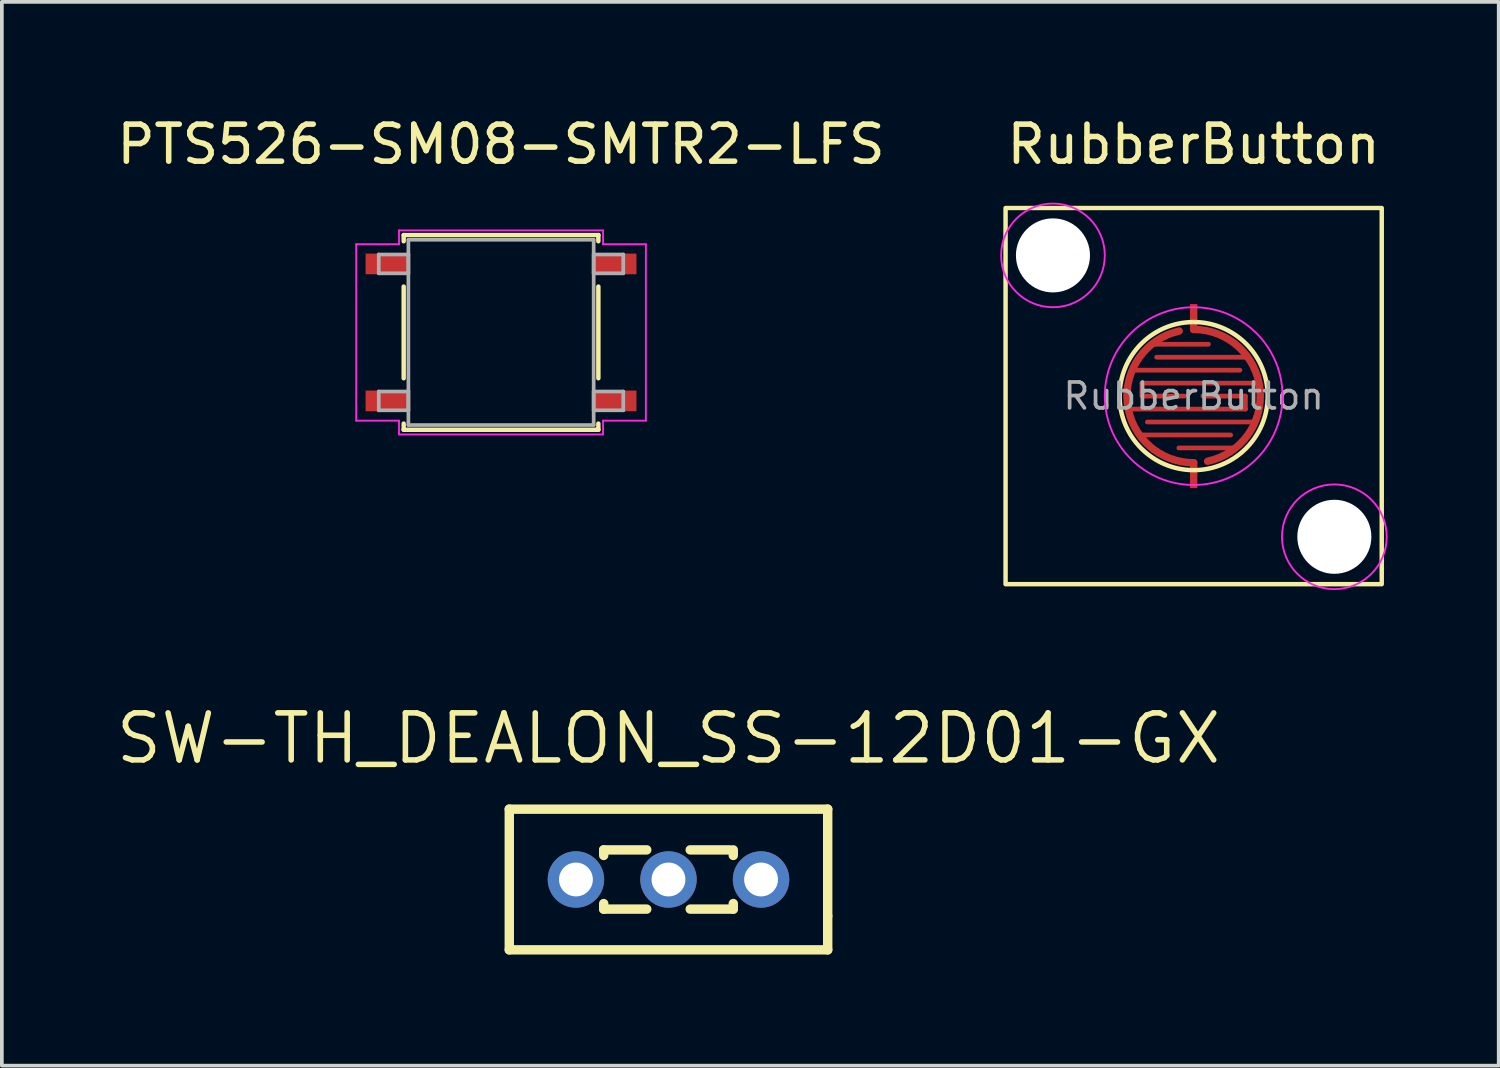
<source format=kicad_pcb>
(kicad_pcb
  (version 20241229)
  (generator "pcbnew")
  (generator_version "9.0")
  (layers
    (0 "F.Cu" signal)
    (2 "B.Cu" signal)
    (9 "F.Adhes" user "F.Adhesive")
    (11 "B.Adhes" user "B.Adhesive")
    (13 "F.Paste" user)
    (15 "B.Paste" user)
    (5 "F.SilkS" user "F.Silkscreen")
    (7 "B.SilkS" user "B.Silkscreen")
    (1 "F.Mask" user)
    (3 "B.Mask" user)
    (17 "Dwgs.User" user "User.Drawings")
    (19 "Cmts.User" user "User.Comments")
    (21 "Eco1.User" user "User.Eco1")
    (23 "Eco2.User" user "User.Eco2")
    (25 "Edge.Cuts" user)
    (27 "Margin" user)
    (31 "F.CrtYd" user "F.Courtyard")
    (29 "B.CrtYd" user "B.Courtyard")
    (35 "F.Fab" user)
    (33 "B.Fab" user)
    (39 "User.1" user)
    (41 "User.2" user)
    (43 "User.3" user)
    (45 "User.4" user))
  (footprint "PTS526-SM08-SMTR2-LFS"
    (layer "F.Cu")
    (at 10.482 5.928)
    (property "Reference" "PTS526-SM08-SMTR2-LFS" (at 0 -5.08 0) (layer "F.SilkS") (effects (font (size 1 1) (thickness 0.15))))
    (attr through_hole)
    (fp_line (start -2.629 -2.629) (end -2.629 -2.462) (stroke (width 0.12) (type solid)) (layer "F.SilkS"))
    (fp_line (start -2.629 -1.238) (end -2.629 1.238) (stroke (width 0.12) (type solid)) (layer "F.SilkS"))
    (fp_line (start -2.629 2.462) (end -2.629 2.629) (stroke (width 0.12) (type solid)) (layer "F.SilkS"))
    (fp_line (start -2.629 2.629) (end 2.629 2.629) (stroke (width 0.12) (type solid)) (layer "F.SilkS"))
    (fp_line (start 2.629 -2.629) (end -2.629 -2.629) (stroke (width 0.12) (type solid)) (layer "F.SilkS"))
    (fp_line (start 2.629 -2.462) (end 2.629 -2.629) (stroke (width 0.12) (type solid)) (layer "F.SilkS"))
    (fp_line (start 2.629 1.238) (end 2.629 -1.238) (stroke (width 0.12) (type solid)) (layer "F.SilkS"))
    (fp_line (start 2.629 2.629) (end 2.629 2.462) (stroke (width 0.12) (type solid)) (layer "F.SilkS"))
    (fp_line (start -3.912 -2.383) (end -2.756 -2.383) (stroke (width 0.05) (type solid)) (layer "F.CrtYd"))
    (fp_line (start -3.912 2.383) (end -3.912 -2.383) (stroke (width 0.05) (type solid)) (layer "F.CrtYd"))
    (fp_line (start -2.756 -2.756) (end 2.756 -2.756) (stroke (width 0.05) (type solid)) (layer "F.CrtYd"))
    (fp_line (start -2.756 -2.383) (end -2.756 -2.756) (stroke (width 0.05) (type solid)) (layer "F.CrtYd"))
    (fp_line (start -2.756 2.383) (end -3.912 2.383) (stroke (width 0.05) (type solid)) (layer "F.CrtYd"))
    (fp_line (start -2.756 2.756) (end -2.756 2.383) (stroke (width 0.05) (type solid)) (layer "F.CrtYd"))
    (fp_line (start 2.756 -2.756) (end 2.756 -2.383) (stroke (width 0.05) (type solid)) (layer "F.CrtYd"))
    (fp_line (start 2.756 2.383) (end 2.756 2.756) (stroke (width 0.05) (type solid)) (layer "F.CrtYd"))
    (fp_line (start 2.756 2.756) (end -2.756 2.756) (stroke (width 0.05) (type solid)) (layer "F.CrtYd"))
    (fp_line (start 3.912 -2.383) (end 2.756 -2.383) (stroke (width 0.05) (type solid)) (layer "F.CrtYd"))
    (fp_line (start 3.912 -2.383) (end 3.912 2.383) (stroke (width 0.05) (type solid)) (layer "F.CrtYd"))
    (fp_line (start 3.912 2.383) (end 2.756 2.383) (stroke (width 0.05) (type solid)) (layer "F.CrtYd"))
    (fp_line (start -3.302 -2.104) (end -3.302 -1.596) (stroke (width 0.1) (type solid)) (layer "F.Fab"))
    (fp_line (start -3.302 -1.596) (end -2.502 -1.596) (stroke (width 0.1) (type solid)) (layer "F.Fab"))
    (fp_line (start -3.302 1.596) (end -3.302 2.104) (stroke (width 0.1) (type solid)) (layer "F.Fab"))
    (fp_line (start -3.302 2.104) (end -2.502 2.104) (stroke (width 0.1) (type solid)) (layer "F.Fab"))
    (fp_line (start -2.502 -2.502) (end -2.502 2.502) (stroke (width 0.1) (type solid)) (layer "F.Fab"))
    (fp_line (start -2.502 -2.104) (end -3.302 -2.104) (stroke (width 0.1) (type solid)) (layer "F.Fab"))
    (fp_line (start -2.502 -1.596) (end -2.502 -2.104) (stroke (width 0.1) (type solid)) (layer "F.Fab"))
    (fp_line (start -2.502 1.596) (end -3.302 1.596) (stroke (width 0.1) (type solid)) (layer "F.Fab"))
    (fp_line (start -2.502 2.104) (end -2.502 1.596) (stroke (width 0.1) (type solid)) (layer "F.Fab"))
    (fp_line (start -2.502 2.502) (end 2.502 2.502) (stroke (width 0.1) (type solid)) (layer "F.Fab"))
    (fp_line (start 2.502 -2.502) (end -2.502 -2.502) (stroke (width 0.1) (type solid)) (layer "F.Fab"))
    (fp_line (start 2.502 -2.104) (end 2.502 -1.596) (stroke (width 0.1) (type solid)) (layer "F.Fab"))
    (fp_line (start 2.502 -1.596) (end 3.302 -1.596) (stroke (width 0.1) (type solid)) (layer "F.Fab"))
    (fp_line (start 2.502 1.596) (end 2.502 2.104) (stroke (width 0.1) (type solid)) (layer "F.Fab"))
    (fp_line (start 2.502 2.104) (end 3.302 2.104) (stroke (width 0.1) (type solid)) (layer "F.Fab"))
    (fp_line (start 2.502 2.502) (end 2.502 -2.502) (stroke (width 0.1) (type solid)) (layer "F.Fab"))
    (fp_line (start 3.302 -2.104) (end 2.502 -2.104) (stroke (width 0.1) (type solid)) (layer "F.Fab"))
    (fp_line (start 3.302 -1.596) (end 3.302 -2.104) (stroke (width 0.1) (type solid)) (layer "F.Fab"))
    (fp_line (start 3.302 1.596) (end 2.502 1.596) (stroke (width 0.1) (type solid)) (layer "F.Fab"))
    (fp_line (start 3.302 2.104) (end 3.302 1.596) (stroke (width 0.1) (type solid)) (layer "F.Fab"))
    (pad "1" smd rect (at -3.08 -1.85) (size 1.156 0.559) (layers "F.Cu" "F.Mask" "F.Paste"))
    (pad "1" smd rect (at 3.08 -1.85) (size 1.156 0.559) (layers "F.Cu" "F.Mask" "F.Paste"))
    (pad "2" smd rect (at -3.08 1.85) (size 1.156 0.559) (layers "F.Cu" "F.Mask" "F.Paste"))
    (pad "2" smd rect (at 3.08 1.85) (size 1.156 0.559) (layers "F.Cu" "F.Mask" "F.Paste")))
  (footprint "SW-TH_DEALON_SS-12D01-GX"
    (layer "F.Cu")
    (at 15.005 20.704)
    (property "Reference" "SW-TH_DEALON_SS-12D01-GX" (at 0 -3.81 0) (layer "F.SilkS") (effects (font (size 1.27 1.27) (thickness 0.15))))
    (attr through_hole)
    (fp_line (start -4.3 -1.9) (end -4.3 1.9) (stroke (width 0.254) (type solid)) (layer "F.SilkS"))
    (fp_line (start -4.3 -1.9) (end 4.3 -1.9) (stroke (width 0.254) (type solid)) (layer "F.SilkS"))
    (fp_line (start -4.3 1.9) (end 4.3 1.9) (stroke (width 0.254) (type solid)) (layer "F.SilkS"))
    (fp_line (start -1.75 -0.8) (end -1.75 -0.65) (stroke (width 0.254) (type solid)) (layer "F.SilkS"))
    (fp_line (start -1.75 -0.8) (end -0.587 -0.8) (stroke (width 0.254) (type solid)) (layer "F.SilkS"))
    (fp_line (start -1.75 0.8) (end -1.75 0.65) (stroke (width 0.254) (type solid)) (layer "F.SilkS"))
    (fp_line (start -1.75 0.8) (end -0.587 0.8) (stroke (width 0.254) (type solid)) (layer "F.SilkS"))
    (fp_line (start 0.587 -0.8) (end 1.651 -0.8) (stroke (width 0.254) (type solid)) (layer "F.SilkS"))
    (fp_line (start 0.587 0.8) (end 1.75 0.8) (stroke (width 0.254) (type solid)) (layer "F.SilkS"))
    (fp_line (start 1.75 -0.8) (end 1.75 -0.65) (stroke (width 0.254) (type solid)) (layer "F.SilkS"))
    (fp_line (start 1.75 0.65) (end 1.75 0.8) (stroke (width 0.254) (type solid)) (layer "F.SilkS"))
    (fp_line (start 4.3 -1.9) (end 4.3 0.983) (stroke (width 0.254) (type solid)) (layer "F.SilkS"))
    (fp_line (start 4.3 0.983) (end 4.3 1.9) (stroke (width 0.254) (type solid)) (layer "F.SilkS"))
    (pad "1" thru_hole circle (at -2.5 0) (size 1.524 1.524) (drill 0.914) (layers "*.Cu" "*.Paste" "*.Mask"))
    (pad "2" thru_hole circle (at 0 0) (size 1.524 1.524) (drill 0.914) (layers "*.Cu" "*.Paste" "*.Mask"))
    (pad "3" thru_hole circle (at 2.5 0) (size 1.524 1.524) (drill 0.914) (layers "*.Cu" "*.Paste" "*.Mask")))
  (footprint "RubberButton"
    (layer "F.Cu")
    (at 29.189 7.648)
    (property "Reference" "RubberButton" (at 0 -6.8 0) (unlocked yes) (layer "F.SilkS") (effects (font (size 1 1) (thickness 0.15))))
    (attr smd)
    (fp_line (start -1.75 0.35) (end 1.397 0.35) (stroke (width 0.127) (type default)) (layer "F.Cu"))
    (fp_line (start -1.65 -0.7) (end 1.25 -0.7) (stroke (width 0.127) (type default)) (layer "F.Cu"))
    (fp_line (start -1.397 -0.35) (end 1.75 -0.35) (stroke (width 0.127) (type default)) (layer "F.Cu"))
    (fp_line (start -1.397 0) (end -1.397 -0.35) (stroke (width 0.127) (type default)) (layer "F.Cu"))
    (fp_line (start -1.25 0.7) (end 1.65 0.7) (stroke (width 0.127) (type default)) (layer "F.Cu"))
    (fp_line (start -1.1 -1.4) (end 0.4 -1.4) (stroke (width 0.127) (type default)) (layer "F.Cu"))
    (fp_line (start -0.4 1.4) (end 1.1 1.4) (stroke (width 0.127) (type default)) (layer "F.Cu"))
    (fp_line (start -0.25 0) (end -1.397 0) (stroke (width 0.127) (type default)) (layer "F.Cu"))
    (fp_line (start 0 -1.8) (end 0 -2.086) (stroke (width 0.2) (type default)) (layer "F.Cu"))
    (fp_line (start 0 2.086) (end 0 1.8) (stroke (width 0.2) (type default)) (layer "F.Cu"))
    (fp_line (start 1 1.05) (end -1.45 1.05) (stroke (width 0.127) (type default)) (layer "F.Cu"))
    (fp_line (start 1.397 0) (end 0.25 0) (stroke (width 0.127) (type default)) (layer "F.Cu"))
    (fp_line (start 1.397 0) (end 1.397 0.35) (stroke (width 0.127) (type default)) (layer "F.Cu"))
    (fp_line (start 1.45 -1.05) (end -1 -1.05) (stroke (width 0.127) (type default)) (layer "F.Cu"))
    (fp_arc (start 0 -1.8) (mid 1.789983 -0.189631) (end 0.377152 1.760044) (stroke (width 0.2) (type default)) (layer "F.Cu"))
    (fp_arc (start 0 1.8) (mid -1.789252 0.19641) (end -0.390475 -1.757137) (stroke (width 0.2) (type default)) (layer "F.Cu"))
    (fp_circle (center 0 0) (end 1.85 0) (stroke (width 0.12) (type solid)) (fill yes) (layer "F.Mask"))
    (fp_rect (start -5.08 -5.08) (end 5.08 5.08) (stroke (width 0.12) (type default)) (fill no) (layer "F.SilkS"))
    (fp_circle (center 0 0) (end 2 0) (stroke (width 0.12) (type default)) (fill no) (layer "F.SilkS"))
    (fp_circle (center -3.8 -3.8) (end -2.4 -3.8) (stroke (width 0.05) (type default)) (fill no) (layer "F.CrtYd"))
    (fp_circle (center 0 0) (end 2.4 0) (stroke (width 0.05) (type default)) (fill no) (layer "F.CrtYd"))
    (fp_circle (center 3.8 3.8) (end 5.2 4) (stroke (width 0.05) (type default)) (fill no) (layer "F.CrtYd"))
    (fp_text user "${REFERENCE}" (at 0 0 0) (unlocked yes) (layer "F.Fab") (effects (font (size 0.7 0.7) (thickness 0.1) (bold yes))))
    (pad "" np_thru_hole circle (at -3.8 -3.8) (size 2 2) (drill 2) (layers "*.Cu" "*.Mask"))
    (pad "" np_thru_hole circle (at 3.8 3.8) (size 2 2) (drill 2) (layers "*.Cu" "*.Mask"))
    (pad "1" smd rect (at 0 2.286) (size 0.2 0.4) (layers "F.Cu"))
    (pad "2" smd rect (at 0 -2.286) (size 0.2 0.4) (layers "F.Cu")))
  (gr_rect
    (start -3 -3)
    (end 37.428 25.731)
    (stroke (width 0.1) (type default))
    (fill no)
    (layer "Edge.Cuts")))
</source>
